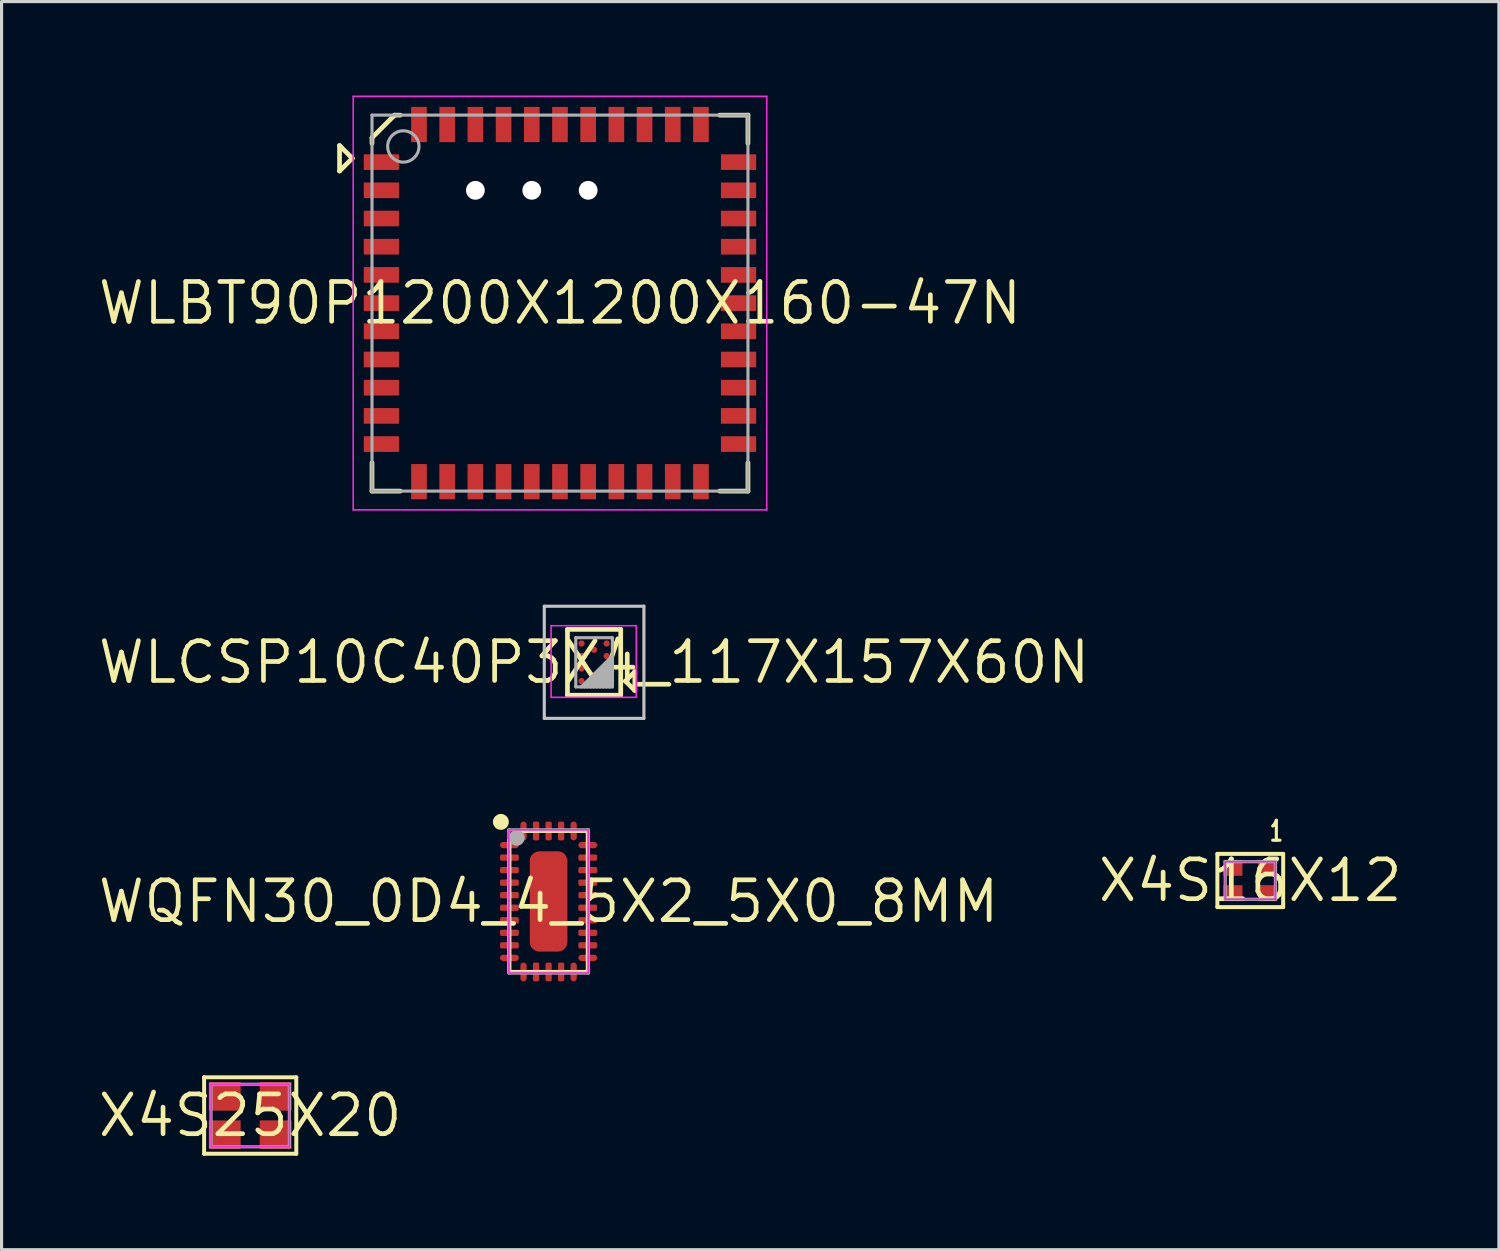
<source format=kicad_pcb>
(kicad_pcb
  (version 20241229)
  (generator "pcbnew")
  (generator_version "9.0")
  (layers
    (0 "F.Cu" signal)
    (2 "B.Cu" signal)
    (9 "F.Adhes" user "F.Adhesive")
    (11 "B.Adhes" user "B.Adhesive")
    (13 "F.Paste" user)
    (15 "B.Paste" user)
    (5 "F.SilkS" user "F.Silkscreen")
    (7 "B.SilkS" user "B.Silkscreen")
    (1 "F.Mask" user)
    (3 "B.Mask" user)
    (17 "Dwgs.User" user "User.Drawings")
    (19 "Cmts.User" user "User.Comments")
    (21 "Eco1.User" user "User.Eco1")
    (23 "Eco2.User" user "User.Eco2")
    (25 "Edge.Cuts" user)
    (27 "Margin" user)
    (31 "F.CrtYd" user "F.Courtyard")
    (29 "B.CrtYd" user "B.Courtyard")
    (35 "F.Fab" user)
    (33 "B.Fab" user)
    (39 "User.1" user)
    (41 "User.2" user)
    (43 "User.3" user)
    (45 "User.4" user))
  (footprint "X4S16X12"
    (layer "F.Cu")
    (at 36.858 25.055)
    (property "Reference" "X4S16X12" (at 0 0 0) (layer "F.SilkS") (effects (font (size 1.27 1.27) (thickness 0.15))))
    (fp_line (start -1.05 -0.85) (end -1.05 0.85) (stroke (width 0.127) (type solid)) (layer "F.SilkS"))
    (fp_line (start -1.05 0.85) (end 1.05 0.85) (stroke (width 0.127) (type solid)) (layer "F.SilkS"))
    (fp_line (start 1.05 -0.85) (end -1.05 -0.85) (stroke (width 0.127) (type solid)) (layer "F.SilkS"))
    (fp_line (start 1.05 0.85) (end 1.05 -0.85) (stroke (width 0.127) (type solid)) (layer "F.SilkS"))
    (fp_line (start -0.8 -0.6) (end -0.8 0.6) (stroke (width 0.05) (type solid)) (layer "F.CrtYd"))
    (fp_line (start -0.8 0.6) (end 0.8 0.6) (stroke (width 0.05) (type solid)) (layer "F.CrtYd"))
    (fp_line (start 0.8 -0.6) (end -0.8 -0.6) (stroke (width 0.05) (type solid)) (layer "F.CrtYd"))
    (fp_line (start 0.8 0.6) (end 0.8 -0.6) (stroke (width 0.05) (type solid)) (layer "F.CrtYd"))
    (fp_line (start -0.8 -0.6) (end -0.8 0.6) (stroke (width 0.1) (type solid)) (layer "F.Fab"))
    (fp_line (start -0.8 0.6) (end 0.8 0.6) (stroke (width 0.1) (type solid)) (layer "F.Fab"))
    (fp_line (start 0.8 -0.6) (end -0.8 -0.6) (stroke (width 0.1) (type solid)) (layer "F.Fab"))
    (fp_line (start 0.8 0.6) (end 0.8 -0.6) (stroke (width 0.1) (type solid)) (layer "F.Fab"))
    (fp_text user "1" (at 0.572 -1.575 0) (layer "F.SilkS") (effects (font (size 0.635 0.406) (thickness 0.127)) (justify left)))
    (pad "1" smd rect (at 0.555 -0.404 90) (size 0.508 0.61) (layers "F.Cu" "F.Mask" "F.Paste"))
    (pad "2" smd rect (at -0.555 -0.404 270) (size 0.508 0.61) (layers "F.Cu" "F.Mask" "F.Paste"))
    (pad "3" smd rect (at -0.555 0.404 270) (size 0.508 0.61) (layers "F.Cu" "F.Mask" "F.Paste"))
    (pad "4" smd rect (at 0.555 0.404 90) (size 0.508 0.61) (layers "F.Cu" "F.Mask" "F.Paste")))
  (footprint "WLBT90P1200X1200X160-47N"
    (layer "F.Cu")
    (at 14.824 6.625)
    (property "Reference" "WLBT90P1200X1200X160-47N" (at 0 0 0) (layer "F.SilkS") (effects (font (size 1.27 1.27) (thickness 0.15))))
    (fp_line (start -7.036 -5.029) (end -7.036 -4.216) (stroke (width 0.15) (type solid)) (layer "F.SilkS"))
    (fp_line (start -7.036 -4.216) (end -6.629 -4.623) (stroke (width 0.15) (type solid)) (layer "F.SilkS"))
    (fp_line (start -6.629 -4.623) (end -7.036 -5.029) (stroke (width 0.15) (type solid)) (layer "F.SilkS"))
    (fp_line (start -6 -5.28) (end -5.28 -6) (stroke (width 0.15) (type solid)) (layer "F.SilkS"))
    (fp_line (start -6 -5.1) (end -6 -5.28) (stroke (width 0.15) (type solid)) (layer "F.SilkS"))
    (fp_line (start -6 5.1) (end -6 6) (stroke (width 0.15) (type solid)) (layer "F.SilkS"))
    (fp_line (start -6 6) (end -5.1 6) (stroke (width 0.15) (type solid)) (layer "F.SilkS"))
    (fp_line (start -5.28 -6) (end -5.1 -6) (stroke (width 0.15) (type solid)) (layer "F.SilkS"))
    (fp_line (start 6 -6) (end 5.1 -6) (stroke (width 0.15) (type solid)) (layer "F.SilkS"))
    (fp_line (start 6 -5.1) (end 6 -6) (stroke (width 0.15) (type solid)) (layer "F.SilkS"))
    (fp_line (start 6 5.1) (end 6 6) (stroke (width 0.15) (type solid)) (layer "F.SilkS"))
    (fp_line (start 6 6) (end 5.1 6) (stroke (width 0.15) (type solid)) (layer "F.SilkS"))
    (fp_line (start -6.6 -6.6) (end 6.6 -6.6) (stroke (width 0.05) (type solid)) (layer "F.CrtYd"))
    (fp_line (start -6.6 6.6) (end -6.6 -6.6) (stroke (width 0.05) (type solid)) (layer "F.CrtYd"))
    (fp_line (start 6.6 -6.6) (end 6.6 6.6) (stroke (width 0.05) (type solid)) (layer "F.CrtYd"))
    (fp_line (start 6.6 6.6) (end -6.6 6.6) (stroke (width 0.05) (type solid)) (layer "F.CrtYd"))
    (fp_line (start -6 -6) (end 6 -6) (stroke (width 0.1) (type solid)) (layer "F.Fab"))
    (fp_line (start -6 6) (end -6 -6) (stroke (width 0.1) (type solid)) (layer "F.Fab"))
    (fp_line (start 6 -6) (end 6 6) (stroke (width 0.1) (type solid)) (layer "F.Fab"))
    (fp_line (start 6 6) (end -6 6) (stroke (width 0.1) (type solid)) (layer "F.Fab"))
    (fp_arc (start -4.499991 -4.99999) (mid -5.499983 -5) (end -4.499991 -4.99999) (stroke (width 0.1) (type solid)) (layer "F.Fab"))
    (pad "" np_thru_hole circle (at -2.7 -3.6) (size 0.6 0.6) (drill 0.6) (layers "*.Cu" "*.Mask"))
    (pad "" np_thru_hole circle (at -0.9 -3.6) (size 0.6 0.6) (drill 0.6) (layers "*.Cu" "*.Mask"))
    (pad "" np_thru_hole circle (at 0.9 -3.6) (size 0.6 0.6) (drill 0.6) (layers "*.Cu" "*.Mask"))
    (pad "1" smd rect (at -5.7 -4.5) (size 1.125 0.5) (layers "F.Cu" "F.Mask" "F.Paste"))
    (pad "2" smd rect (at -5.7 -3.6) (size 1.125 0.5) (layers "F.Cu" "F.Mask" "F.Paste"))
    (pad "3" smd rect (at -5.7 -2.7) (size 1.125 0.5) (layers "F.Cu" "F.Mask" "F.Paste"))
    (pad "4" smd rect (at -5.7 -1.8) (size 1.125 0.5) (layers "F.Cu" "F.Mask" "F.Paste"))
    (pad "5" smd rect (at -5.7 -0.9) (size 1.125 0.5) (layers "F.Cu" "F.Mask" "F.Paste"))
    (pad "6" smd rect (at -5.7 0) (size 1.125 0.5) (layers "F.Cu" "F.Mask" "F.Paste"))
    (pad "7" smd rect (at -5.7 0.9) (size 1.125 0.5) (layers "F.Cu" "F.Mask" "F.Paste"))
    (pad "8" smd rect (at -5.7 1.8) (size 1.125 0.5) (layers "F.Cu" "F.Mask" "F.Paste"))
    (pad "9" smd rect (at -5.7 2.7) (size 1.125 0.5) (layers "F.Cu" "F.Mask" "F.Paste"))
    (pad "10" smd rect (at -5.7 3.6) (size 1.125 0.5) (layers "F.Cu" "F.Mask" "F.Paste"))
    (pad "11" smd rect (at -5.7 4.5) (size 1.125 0.5) (layers "F.Cu" "F.Mask" "F.Paste"))
    (pad "12" smd rect (at -4.5 5.7 270) (size 1.125 0.5) (layers "F.Cu" "F.Mask" "F.Paste"))
    (pad "13" smd rect (at -3.6 5.7 270) (size 1.125 0.5) (layers "F.Cu" "F.Mask" "F.Paste"))
    (pad "14" smd rect (at -2.7 5.7 270) (size 1.125 0.5) (layers "F.Cu" "F.Mask" "F.Paste"))
    (pad "15" smd rect (at -1.8 5.7 270) (size 1.125 0.5) (layers "F.Cu" "F.Mask" "F.Paste"))
    (pad "16" smd rect (at -0.9 5.7 270) (size 1.125 0.5) (layers "F.Cu" "F.Mask" "F.Paste"))
    (pad "17" smd rect (at 0 5.7 270) (size 1.125 0.5) (layers "F.Cu" "F.Mask" "F.Paste"))
    (pad "18" smd rect (at 0.9 5.7 270) (size 1.125 0.5) (layers "F.Cu" "F.Mask" "F.Paste"))
    (pad "19" smd rect (at 1.8 5.7 270) (size 1.125 0.5) (layers "F.Cu" "F.Mask" "F.Paste"))
    (pad "20" smd rect (at 2.7 5.7 270) (size 1.125 0.5) (layers "F.Cu" "F.Mask" "F.Paste"))
    (pad "21" smd rect (at 3.6 5.7 270) (size 1.125 0.5) (layers "F.Cu" "F.Mask" "F.Paste"))
    (pad "22" smd rect (at 4.5 5.7 270) (size 1.125 0.5) (layers "F.Cu" "F.Mask" "F.Paste"))
    (pad "23" smd rect (at 5.7 4.5) (size 1.125 0.5) (layers "F.Cu" "F.Mask" "F.Paste"))
    (pad "24" smd rect (at 5.7 3.6) (size 1.125 0.5) (layers "F.Cu" "F.Mask" "F.Paste"))
    (pad "25" smd rect (at 5.7 2.7) (size 1.125 0.5) (layers "F.Cu" "F.Mask" "F.Paste"))
    (pad "26" smd rect (at 5.7 1.8) (size 1.125 0.5) (layers "F.Cu" "F.Mask" "F.Paste"))
    (pad "27" smd rect (at 5.7 0.9) (size 1.125 0.5) (layers "F.Cu" "F.Mask" "F.Paste"))
    (pad "28" smd rect (at 5.7 0) (size 1.125 0.5) (layers "F.Cu" "F.Mask" "F.Paste"))
    (pad "29" smd rect (at 5.7 -0.9) (size 1.125 0.5) (layers "F.Cu" "F.Mask" "F.Paste"))
    (pad "30" smd rect (at 5.7 -1.8) (size 1.125 0.5) (layers "F.Cu" "F.Mask" "F.Paste"))
    (pad "31" smd rect (at 5.7 -2.7) (size 1.125 0.5) (layers "F.Cu" "F.Mask" "F.Paste"))
    (pad "32" smd rect (at 5.7 -3.6) (size 1.125 0.5) (layers "F.Cu" "F.Mask" "F.Paste"))
    (pad "33" smd rect (at 5.7 -4.5) (size 1.125 0.5) (layers "F.Cu" "F.Mask" "F.Paste"))
    (pad "34" smd rect (at 4.5 -5.7 270) (size 1.125 0.5) (layers "F.Cu" "F.Mask" "F.Paste"))
    (pad "35" smd rect (at 3.6 -5.7 270) (size 1.125 0.5) (layers "F.Cu" "F.Mask" "F.Paste"))
    (pad "36" smd rect (at 2.7 -5.7 270) (size 1.125 0.5) (layers "F.Cu" "F.Mask" "F.Paste"))
    (pad "37" smd rect (at 1.8 -5.7 270) (size 1.125 0.5) (layers "F.Cu" "F.Mask" "F.Paste"))
    (pad "38" smd rect (at 0.9 -5.7 270) (size 1.125 0.5) (layers "F.Cu" "F.Mask" "F.Paste"))
    (pad "39" smd rect (at 0 -5.7 270) (size 1.125 0.5) (layers "F.Cu" "F.Mask" "F.Paste"))
    (pad "40" smd rect (at -0.9 -5.7 270) (size 1.125 0.5) (layers "F.Cu" "F.Mask" "F.Paste"))
    (pad "41" smd rect (at -1.8 -5.7 270) (size 1.125 0.5) (layers "F.Cu" "F.Mask" "F.Paste"))
    (pad "42" smd rect (at -2.7 -5.7 270) (size 1.125 0.5) (layers "F.Cu" "F.Mask" "F.Paste"))
    (pad "43" smd rect (at -3.6 -5.7 270) (size 1.125 0.5) (layers "F.Cu" "F.Mask" "F.Paste"))
    (pad "44" smd rect (at -4.5 -5.7 270) (size 1.125 0.5) (layers "F.Cu" "F.Mask" "F.Paste")))
  (footprint "X4S25X20"
    (layer "F.Cu")
    (at 4.936 32.557)
    (property "Reference" "X4S25X20" (at 0 0 0) (layer "F.SilkS") (effects (font (size 1.27 1.27) (thickness 0.15))))
    (fp_line (start -1.471 -1.22) (end -1.471 1.22) (stroke (width 0.127) (type solid)) (layer "F.SilkS"))
    (fp_line (start -1.471 1.22) (end 1.471 1.22) (stroke (width 0.127) (type solid)) (layer "F.SilkS"))
    (fp_line (start 1.471 -1.22) (end -1.471 -1.22) (stroke (width 0.127) (type solid)) (layer "F.SilkS"))
    (fp_line (start 1.471 1.22) (end 1.471 -1.22) (stroke (width 0.127) (type solid)) (layer "F.SilkS"))
    (fp_line (start -1.25 -1) (end -1.25 1) (stroke (width 0.05) (type solid)) (layer "F.CrtYd"))
    (fp_line (start -1.25 1) (end 1.25 1) (stroke (width 0.05) (type solid)) (layer "F.CrtYd"))
    (fp_line (start 1.25 -1) (end -1.25 -1) (stroke (width 0.05) (type solid)) (layer "F.CrtYd"))
    (fp_line (start 1.25 1) (end 1.25 -1) (stroke (width 0.05) (type solid)) (layer "F.CrtYd"))
    (fp_line (start -1.25 -1) (end -1.25 1) (stroke (width 0.1) (type solid)) (layer "F.Fab"))
    (fp_line (start -1.25 1) (end 1.25 1) (stroke (width 0.1) (type solid)) (layer "F.Fab"))
    (fp_line (start 1.25 -1) (end -1.25 -1) (stroke (width 0.1) (type solid)) (layer "F.Fab"))
    (fp_line (start 1.25 1) (end 1.25 -1) (stroke (width 0.1) (type solid)) (layer "F.Fab"))
    (pad "1" smd rect (at -0.812 0.612 270) (size 0.914 1.016) (layers "F.Cu" "F.Mask" "F.Paste"))
    (pad "2" smd rect (at 0.812 0.612 90) (size 0.914 1.016) (layers "F.Cu" "F.Mask" "F.Paste"))
    (pad "3" smd rect (at 0.812 -0.612 90) (size 0.914 1.016) (layers "F.Cu" "F.Mask" "F.Paste"))
    (pad "4" smd rect (at -0.812 -0.612 270) (size 0.914 1.016) (layers "F.Cu" "F.Mask" "F.Paste")))
  (footprint "WLCSP10C40P3X4_117X157X60N"
    (layer "F.Cu")
    (at 15.913 18.09)
    (property "Reference" "WLCSP10C40P3X4_117X157X60N" (at 0 0 180) (layer "F.SilkS") (effects (font (size 1.27 1.27) (thickness 0.15))))
    (fp_line (start -0.85 -1.05) (end 0.85 -1.05) (stroke (width 0.15) (type solid)) (layer "F.SilkS"))
    (fp_line (start -0.85 1.05) (end -0.85 -1.05) (stroke (width 0.15) (type solid)) (layer "F.SilkS"))
    (fp_line (start 0.85 -1.05) (end 0.85 1.05) (stroke (width 0.15) (type solid)) (layer "F.SilkS"))
    (fp_line (start 0.85 1.05) (end -0.85 1.05) (stroke (width 0.15) (type solid)) (layer "F.SilkS"))
    (fp_line (start 1 0.6) (end 1.3 0.9) (stroke (width 0.15) (type solid)) (layer "F.SilkS"))
    (fp_line (start 1.3 0.3) (end 1 0.6) (stroke (width 0.15) (type solid)) (layer "F.SilkS"))
    (fp_line (start 1.3 0.9) (end 1.3 0.3) (stroke (width 0.15) (type solid)) (layer "F.SilkS"))
    (fp_line (start -1.59 -1.79) (end 1.59 -1.79) (stroke (width 0.1) (type solid)) (layer "Dwgs.User"))
    (fp_line (start -1.59 1.79) (end -1.59 -1.79) (stroke (width 0.1) (type solid)) (layer "Dwgs.User"))
    (fp_line (start -0.585 -0.785) (end 0.585 -0.785) (stroke (width 0.001) (type solid)) (layer "Dwgs.User"))
    (fp_line (start -0.585 0.785) (end -0.585 -0.785) (stroke (width 0.001) (type solid)) (layer "Dwgs.User"))
    (fp_line (start 0.585 -0.785) (end 0.585 0.785) (stroke (width 0.001) (type solid)) (layer "Dwgs.User"))
    (fp_line (start 0.585 0.785) (end -0.585 0.785) (stroke (width 0.001) (type solid)) (layer "Dwgs.User"))
    (fp_line (start 1.59 -1.79) (end 1.59 1.79) (stroke (width 0.1) (type solid)) (layer "Dwgs.User"))
    (fp_line (start 1.59 1.79) (end -1.59 1.79) (stroke (width 0.1) (type solid)) (layer "Dwgs.User"))
    (fp_line (start -1.372 -1.168) (end 1.346 -1.168) (stroke (width 0.05) (type solid)) (layer "F.CrtYd"))
    (fp_line (start -1.372 1.118) (end -1.372 -1.168) (stroke (width 0.05) (type solid)) (layer "F.CrtYd"))
    (fp_line (start 1.346 -1.168) (end 1.346 1.118) (stroke (width 0.05) (type solid)) (layer "F.CrtYd"))
    (fp_line (start 1.346 1.118) (end -1.372 1.118) (stroke (width 0.05) (type solid)) (layer "F.CrtYd"))
    (fp_line (start -0.585 -0.785) (end 0.585 -0.785) (stroke (width 0.1) (type solid)) (layer "F.Fab"))
    (fp_line (start -0.585 0.785) (end -0.585 -0.785) (stroke (width 0.1) (type solid)) (layer "F.Fab"))
    (fp_line (start -0.41 0.79) (end 0.59 -0.21) (stroke (width 0.1) (type solid)) (layer "F.Fab"))
    (fp_line (start -0.31 0.79) (end 0.59 -0.11) (stroke (width 0.1) (type solid)) (layer "F.Fab"))
    (fp_line (start -0.21 0.79) (end 0.59 -0.01) (stroke (width 0.1) (type solid)) (layer "F.Fab"))
    (fp_line (start -0.11 0.79) (end 0.59 0.09) (stroke (width 0.1) (type solid)) (layer "F.Fab"))
    (fp_line (start -0.01 0.79) (end 0.59 0.19) (stroke (width 0.1) (type solid)) (layer "F.Fab"))
    (fp_line (start 0.09 0.79) (end 0.59 0.29) (stroke (width 0.1) (type solid)) (layer "F.Fab"))
    (fp_line (start 0.19 0.79) (end 0.59 0.39) (stroke (width 0.1) (type solid)) (layer "F.Fab"))
    (fp_line (start 0.29 0.79) (end 0.59 0.49) (stroke (width 0.1) (type solid)) (layer "F.Fab"))
    (fp_line (start 0.39 0.79) (end 0.59 0.59) (stroke (width 0.1) (type solid)) (layer "F.Fab"))
    (fp_line (start 0.49 0.79) (end 0.59 0.69) (stroke (width 0.1) (type solid)) (layer "F.Fab"))
    (fp_line (start 0.585 -0.785) (end 0.585 0.785) (stroke (width 0.1) (type solid)) (layer "F.Fab"))
    (fp_line (start 0.585 0.785) (end -0.585 0.785) (stroke (width 0.1) (type solid)) (layer "F.Fab"))
    (pad "A1" smd circle (at 0.4 0.6) (size 0.2 0.2) (layers "F.Cu" "F.Mask" "F.Paste"))
    (pad "A2" smd circle (at 0.4 0.2) (size 0.2 0.2) (layers "F.Cu" "F.Mask" "F.Paste"))
    (pad "A3" smd circle (at 0.4 -0.2) (size 0.2 0.2) (layers "F.Cu" "F.Mask" "F.Paste"))
    (pad "A4" smd circle (at 0.4 -0.6) (size 0.2 0.2) (layers "F.Cu" "F.Mask" "F.Paste"))
    (pad "B1" smd circle (at 0 0.4) (size 0.2 0.2) (layers "F.Cu" "F.Mask" "F.Paste"))
    (pad "B2" smd circle (at 0 -0.4) (size 0.2 0.2) (layers "F.Cu" "F.Mask" "F.Paste"))
    (pad "C1" smd circle (at -0.4 0.6) (size 0.2 0.2) (layers "F.Cu" "F.Mask" "F.Paste"))
    (pad "C2" smd circle (at -0.4 0.2) (size 0.2 0.2) (layers "F.Cu" "F.Mask" "F.Paste"))
    (pad "C3" smd circle (at -0.4 -0.2) (size 0.2 0.2) (layers "F.Cu" "F.Mask" "F.Paste"))
    (pad "C4" smd circle (at -0.4 -0.6) (size 0.2 0.2) (layers "F.Cu" "F.Mask" "F.Paste")))
  (footprint "WQFN30_0D4_4_5X2_5X0_8MM"
    (layer "F.Cu")
    (at 14.461 25.724)
    (property "Reference" "WQFN30_0D4_4_5X2_5X0_8MM" (at 0 0 0) (layer "F.SilkS") (effects (font (size 1.27 1.27) (thickness 0.15))))
    (fp_line (start -1.25 -1.95) (end -0.95 -2.25) (stroke (width 0.127) (type solid)) (layer "F.SilkS"))
    (fp_line (start -1.25 2.25) (end -1.25 -1.95) (stroke (width 0.127) (type solid)) (layer "F.SilkS"))
    (fp_line (start -0.95 -2.25) (end 1.25 -2.25) (stroke (width 0.127) (type solid)) (layer "F.SilkS"))
    (fp_line (start 1.25 -2.25) (end 1.25 2.25) (stroke (width 0.127) (type solid)) (layer "F.SilkS"))
    (fp_line (start 1.25 2.25) (end -1.25 2.25) (stroke (width 0.127) (type solid)) (layer "F.SilkS"))
    (fp_arc (start -1.651 -2.54) (mid -1.397 -2.54) (end -1.651 -2.54) (stroke (width 0.254) (type solid)) (layer "F.SilkS"))
    (fp_line (start -1.27 -2.286) (end -1.27 2.286) (stroke (width 0.05) (type solid)) (layer "F.CrtYd"))
    (fp_line (start -1.27 2.286) (end 1.27 2.286) (stroke (width 0.05) (type solid)) (layer "F.CrtYd"))
    (fp_line (start 1.27 -2.286) (end -1.27 -2.286) (stroke (width 0.05) (type solid)) (layer "F.CrtYd"))
    (fp_line (start 1.27 2.286) (end 1.27 -2.286) (stroke (width 0.05) (type solid)) (layer "F.CrtYd"))
    (fp_line (start -1.27 -2.286) (end -1.27 2.286) (stroke (width 0.1) (type solid)) (layer "F.Fab"))
    (fp_line (start -1.27 2.286) (end 1.27 2.286) (stroke (width 0.1) (type solid)) (layer "F.Fab"))
    (fp_line (start 1.27 -2.286) (end -1.27 -2.286) (stroke (width 0.1) (type solid)) (layer "F.Fab"))
    (fp_line (start 1.27 2.286) (end 1.27 -2.286) (stroke (width 0.1) (type solid)) (layer "F.Fab"))
    (fp_arc (start -1.143 -2.032) (mid -0.889 -2.032) (end -1.143 -2.032) (stroke (width 0.254) (type solid)) (layer "F.Fab"))
    (pad "1" smd oval (at -1.25 -1.8 270) (size 0.2 0.6) (layers "F.Cu" "F.Mask" "F.Paste"))
    (pad "2" smd roundrect (at -1.25 -1.4 270) (size 0.2 0.6) (layers "F.Cu" "F.Mask" "F.Paste") (roundrect_rratio 0.25))
    (pad "3" smd roundrect (at -1.25 -1 270) (size 0.2 0.6) (layers "F.Cu" "F.Mask" "F.Paste") (roundrect_rratio 0.25))
    (pad "4" smd roundrect (at -1.25 -0.6 270) (size 0.2 0.6) (layers "F.Cu" "F.Mask" "F.Paste") (roundrect_rratio 0.25))
    (pad "5" smd roundrect (at -1.25 -0.2 270) (size 0.2 0.6) (layers "F.Cu" "F.Mask" "F.Paste") (roundrect_rratio 0.25))
    (pad "6" smd roundrect (at -1.25 0.2 270) (size 0.2 0.6) (layers "F.Cu" "F.Mask" "F.Paste") (roundrect_rratio 0.25))
    (pad "7" smd roundrect (at -1.25 0.6 270) (size 0.2 0.6) (layers "F.Cu" "F.Mask" "F.Paste") (roundrect_rratio 0.25))
    (pad "8" smd roundrect (at -1.25 1 270) (size 0.2 0.6) (layers "F.Cu" "F.Mask" "F.Paste") (roundrect_rratio 0.25))
    (pad "9" smd roundrect (at -1.25 1.4 270) (size 0.2 0.6) (layers "F.Cu" "F.Mask" "F.Paste") (roundrect_rratio 0.25))
    (pad "10" smd oval (at -1.25 1.8 270) (size 0.2 0.6) (layers "F.Cu" "F.Mask" "F.Paste"))
    (pad "11" smd oval (at -0.8 2.25 180) (size 0.2 0.6) (layers "F.Cu" "F.Mask" "F.Paste"))
    (pad "12" smd roundrect (at -0.4 2.25 180) (size 0.2 0.6) (layers "F.Cu" "F.Mask" "F.Paste") (roundrect_rratio 0.25))
    (pad "13" smd roundrect (at 0 2.25 180) (size 0.2 0.6) (layers "F.Cu" "F.Mask" "F.Paste") (roundrect_rratio 0.25))
    (pad "14" smd roundrect (at 0.4 2.25 180) (size 0.2 0.6) (layers "F.Cu" "F.Mask" "F.Paste") (roundrect_rratio 0.25))
    (pad "15" smd oval (at 0.8 2.25 180) (size 0.2 0.6) (layers "F.Cu" "F.Mask" "F.Paste"))
    (pad "16" smd oval (at 1.25 1.8 90) (size 0.2 0.6) (layers "F.Cu" "F.Mask" "F.Paste"))
    (pad "17" smd roundrect (at 1.25 1.4 90) (size 0.2 0.6) (layers "F.Cu" "F.Mask" "F.Paste") (roundrect_rratio 0.25))
    (pad "18" smd roundrect (at 1.25 1 90) (size 0.2 0.6) (layers "F.Cu" "F.Mask" "F.Paste") (roundrect_rratio 0.25))
    (pad "19" smd roundrect (at 1.25 0.6 90) (size 0.2 0.6) (layers "F.Cu" "F.Mask" "F.Paste") (roundrect_rratio 0.25))
    (pad "20" smd roundrect (at 1.25 0.2 90) (size 0.2 0.6) (layers "F.Cu" "F.Mask" "F.Paste") (roundrect_rratio 0.25))
    (pad "21" smd roundrect (at 1.25 -0.2 90) (size 0.2 0.6) (layers "F.Cu" "F.Mask" "F.Paste") (roundrect_rratio 0.25))
    (pad "22" smd roundrect (at 1.25 -0.6 90) (size 0.2 0.6) (layers "F.Cu" "F.Mask" "F.Paste") (roundrect_rratio 0.25))
    (pad "23" smd roundrect (at 1.25 -1 90) (size 0.2 0.6) (layers "F.Cu" "F.Mask" "F.Paste") (roundrect_rratio 0.25))
    (pad "24" smd roundrect (at 1.25 -1.4 90) (size 0.2 0.6) (layers "F.Cu" "F.Mask" "F.Paste") (roundrect_rratio 0.25))
    (pad "25" smd oval (at 1.25 -1.8 90) (size 0.2 0.6) (layers "F.Cu" "F.Mask" "F.Paste"))
    (pad "26" smd oval (at 0.8 -2.25) (size 0.2 0.6) (layers "F.Cu" "F.Mask" "F.Paste"))
    (pad "27" smd roundrect (at 0.4 -2.25) (size 0.2 0.6) (layers "F.Cu" "F.Mask" "F.Paste") (roundrect_rratio 0.25))
    (pad "28" smd roundrect (at 0 -2.25) (size 0.2 0.6) (layers "F.Cu" "F.Mask" "F.Paste") (roundrect_rratio 0.25))
    (pad "29" smd roundrect (at -0.4 -2.25) (size 0.2 0.6) (layers "F.Cu" "F.Mask" "F.Paste") (roundrect_rratio 0.25))
    (pad "30" smd oval (at -0.8 -2.25) (size 0.2 0.6) (layers "F.Cu" "F.Mask" "F.Paste"))
    (pad "31" smd roundrect (at 0 0) (size 1.2 3.2) (layers "F.Cu" "F.Mask" "F.Paste") (roundrect_rratio 0.25)))
  (gr_rect
    (start -3 -3)
    (end 44.794 36.84)
    (stroke (width 0.1) (type default))
    (fill no)
    (layer "Edge.Cuts")))
</source>
